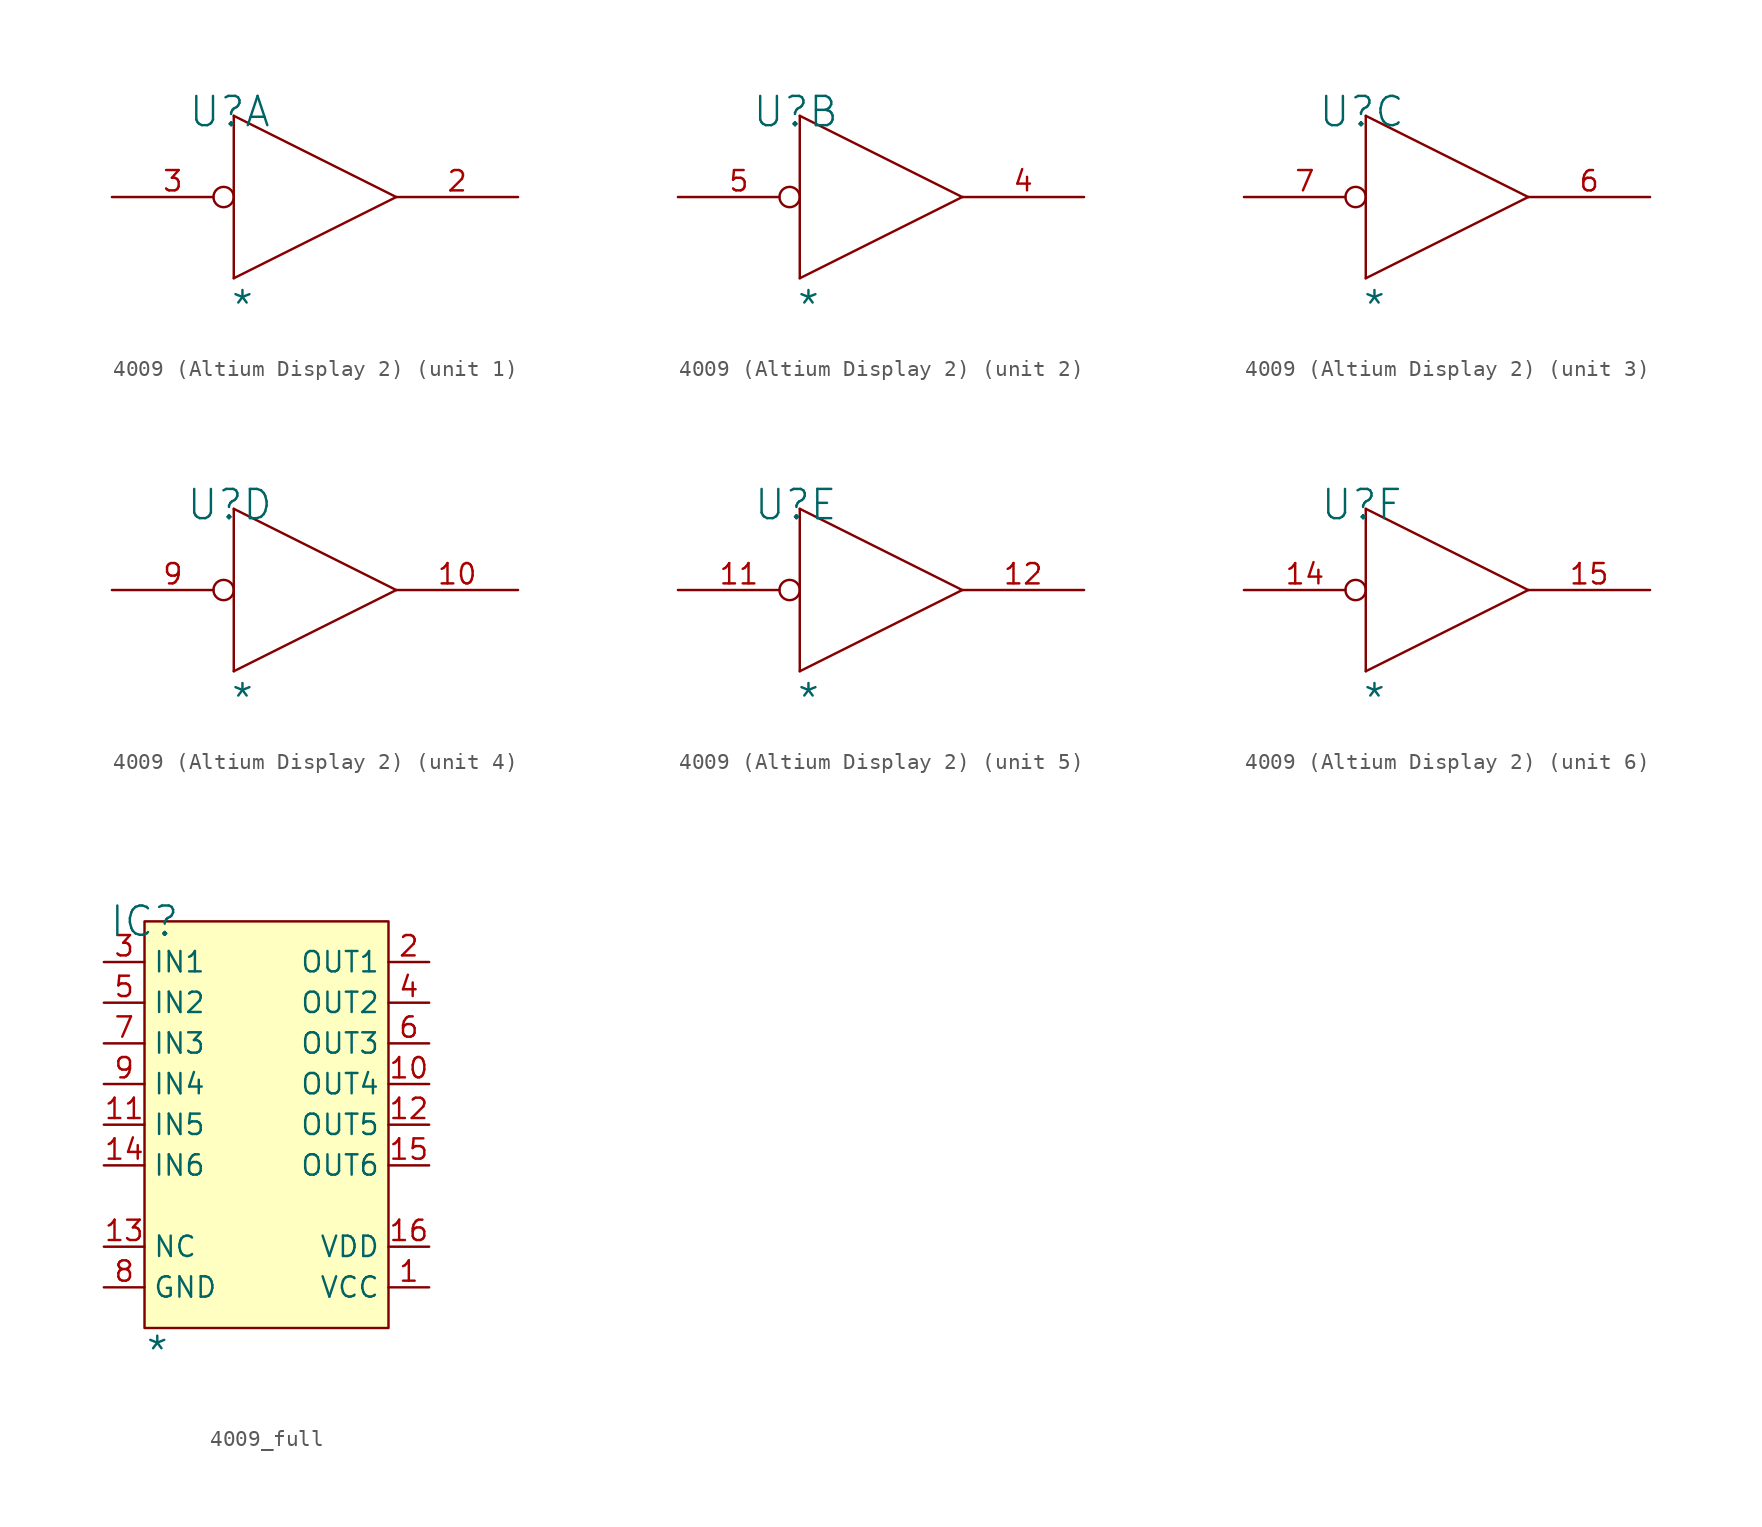
<source format=kicad_sym>
(kicad_symbol_lib
  (version 20241209)
  (generator "kicad_symbol_editor")
  (generator_version "9.0")
  (symbol "4009 (Altium Display 2)"
    (pin_names
      (hide yes))
    (property "Reference" "U"
      (at -0.254 0.254 0)
      (effects (font (size 1.829 1.829))))
    (property "Value" "*"
      (at -0.254 -12.954 0)
      (effects (font (size 1.829 1.829)) (justify left bottom)))
    (symbol "4009 (Altium Display 2)_1_0"
      (polyline (pts (xy 0 0) (xy 10.16 -5.08)) (stroke (width 0) (type solid)) (fill (type none)))
      (polyline (pts (xy 0 -10.16) (xy 0 0)) (stroke (width 0) (type solid)) (fill (type none)))
      (polyline (pts (xy 10.16 -5.08) (xy 0 -10.16)) (stroke (width 0) (type solid)) (fill (type none)))
      (pin input inverted (at -7.62 -5.08 0) (length 7.62) (name "I" (effects (font (size 1.27 1.27)))) (number "3" (effects (font (size 1.27 1.27)))))
      (pin power_in line (at 2.54 0 270) (length 0) (hide yes) (name "VDD" (effects (font (size 1.27 1.27)))) (number "1" (effects (font (size 1.27 1.27)))))
      (pin power_in line (at 2.54 -10.16 270) (length 0) (hide yes) (name "VSS" (effects (font (size 1.27 1.27)))) (number "8" (effects (font (size 1.27 1.27)))))
      (pin power_in line (at 5.08 0 270) (length 0) (hide yes) (name "VDD" (effects (font (size 1.27 1.27)))) (number "16" (effects (font (size 1.27 1.27)))))
      (pin output line (at 17.78 -5.08 180) (length 7.62) (name "O" (effects (font (size 1.27 1.27)))) (number "2" (effects (font (size 1.27 1.27))))))
    (symbol "4009 (Altium Display 2)_2_0"
      (polyline (pts (xy 0 0) (xy 10.16 -5.08)) (stroke (width 0) (type solid)) (fill (type none)))
      (polyline (pts (xy 0 -10.16) (xy 0 0)) (stroke (width 0) (type solid)) (fill (type none)))
      (polyline (pts (xy 10.16 -5.08) (xy 0 -10.16)) (stroke (width 0) (type solid)) (fill (type none)))
      (pin input inverted (at -7.62 -5.08 0) (length 7.62) (name "I" (effects (font (size 1.27 1.27)))) (number "5" (effects (font (size 1.27 1.27)))))
      (pin power_in line (at 2.54 0 270) (length 0) (hide yes) (name "VDD" (effects (font (size 1.27 1.27)))) (number "1" (effects (font (size 1.27 1.27)))))
      (pin power_in line (at 2.54 -10.16 270) (length 0) (hide yes) (name "VSS" (effects (font (size 1.27 1.27)))) (number "8" (effects (font (size 1.27 1.27)))))
      (pin power_in line (at 5.08 0 270) (length 0) (hide yes) (name "VDD" (effects (font (size 1.27 1.27)))) (number "16" (effects (font (size 1.27 1.27)))))
      (pin output line (at 17.78 -5.08 180) (length 7.62) (name "O" (effects (font (size 1.27 1.27)))) (number "4" (effects (font (size 1.27 1.27))))))
    (symbol "4009 (Altium Display 2)_3_0"
      (polyline (pts (xy 0 0) (xy 10.16 -5.08)) (stroke (width 0) (type solid)) (fill (type none)))
      (polyline (pts (xy 0 -10.16) (xy 0 0)) (stroke (width 0) (type solid)) (fill (type none)))
      (polyline (pts (xy 10.16 -5.08) (xy 0 -10.16)) (stroke (width 0) (type solid)) (fill (type none)))
      (pin input inverted (at -7.62 -5.08 0) (length 7.62) (name "I" (effects (font (size 1.27 1.27)))) (number "7" (effects (font (size 1.27 1.27)))))
      (pin power_in line (at 2.54 0 270) (length 0) (hide yes) (name "VDD" (effects (font (size 1.27 1.27)))) (number "1" (effects (font (size 1.27 1.27)))))
      (pin power_in line (at 2.54 -10.16 270) (length 0) (hide yes) (name "VSS" (effects (font (size 1.27 1.27)))) (number "8" (effects (font (size 1.27 1.27)))))
      (pin power_in line (at 5.08 0 270) (length 0) (hide yes) (name "VDD" (effects (font (size 1.27 1.27)))) (number "16" (effects (font (size 1.27 1.27)))))
      (pin output line (at 17.78 -5.08 180) (length 7.62) (name "O" (effects (font (size 1.27 1.27)))) (number "6" (effects (font (size 1.27 1.27))))))
    (symbol "4009 (Altium Display 2)_4_0"
      (polyline (pts (xy 0 0) (xy 10.16 -5.08)) (stroke (width 0) (type solid)) (fill (type none)))
      (polyline (pts (xy 0 -10.16) (xy 0 0)) (stroke (width 0) (type solid)) (fill (type none)))
      (polyline (pts (xy 10.16 -5.08) (xy 0 -10.16)) (stroke (width 0) (type solid)) (fill (type none)))
      (pin input inverted (at -7.62 -5.08 0) (length 7.62) (name "I" (effects (font (size 1.27 1.27)))) (number "9" (effects (font (size 1.27 1.27)))))
      (pin power_in line (at 2.54 0 270) (length 0) (hide yes) (name "VDD" (effects (font (size 1.27 1.27)))) (number "1" (effects (font (size 1.27 1.27)))))
      (pin power_in line (at 2.54 -10.16 270) (length 0) (hide yes) (name "VSS" (effects (font (size 1.27 1.27)))) (number "8" (effects (font (size 1.27 1.27)))))
      (pin power_in line (at 5.08 0 270) (length 0) (hide yes) (name "VDD" (effects (font (size 1.27 1.27)))) (number "16" (effects (font (size 1.27 1.27)))))
      (pin output line (at 17.78 -5.08 180) (length 7.62) (name "O" (effects (font (size 1.27 1.27)))) (number "10" (effects (font (size 1.27 1.27))))))
    (symbol "4009 (Altium Display 2)_5_0"
      (polyline (pts (xy 0 0) (xy 10.16 -5.08)) (stroke (width 0) (type solid)) (fill (type none)))
      (polyline (pts (xy 0 -10.16) (xy 0 0)) (stroke (width 0) (type solid)) (fill (type none)))
      (polyline (pts (xy 10.16 -5.08) (xy 0 -10.16)) (stroke (width 0) (type solid)) (fill (type none)))
      (pin input inverted (at -7.62 -5.08 0) (length 7.62) (name "I" (effects (font (size 1.27 1.27)))) (number "11" (effects (font (size 1.27 1.27)))))
      (pin power_in line (at 2.54 0 270) (length 0) (hide yes) (name "VDD" (effects (font (size 1.27 1.27)))) (number "1" (effects (font (size 1.27 1.27)))))
      (pin power_in line (at 2.54 -10.16 270) (length 0) (hide yes) (name "VSS" (effects (font (size 1.27 1.27)))) (number "8" (effects (font (size 1.27 1.27)))))
      (pin power_in line (at 5.08 0 270) (length 0) (hide yes) (name "VDD" (effects (font (size 1.27 1.27)))) (number "16" (effects (font (size 1.27 1.27)))))
      (pin output line (at 17.78 -5.08 180) (length 7.62) (name "O" (effects (font (size 1.27 1.27)))) (number "12" (effects (font (size 1.27 1.27))))))
    (symbol "4009 (Altium Display 2)_6_0"
      (polyline (pts (xy 0 0) (xy 10.16 -5.08)) (stroke (width 0) (type solid)) (fill (type none)))
      (polyline (pts (xy 0 -10.16) (xy 0 0)) (stroke (width 0) (type solid)) (fill (type none)))
      (polyline (pts (xy 10.16 -5.08) (xy 0 -10.16)) (stroke (width 0) (type solid)) (fill (type none)))
      (pin input inverted (at -7.62 -5.08 0) (length 7.62) (name "I" (effects (font (size 1.27 1.27)))) (number "14" (effects (font (size 1.27 1.27)))))
      (pin power_in line (at 2.54 0 270) (length 0) (hide yes) (name "VDD" (effects (font (size 1.27 1.27)))) (number "1" (effects (font (size 1.27 1.27)))))
      (pin power_in line (at 2.54 -10.16 270) (length 0) (hide yes) (name "VSS" (effects (font (size 1.27 1.27)))) (number "8" (effects (font (size 1.27 1.27)))))
      (pin power_in line (at 5.08 0 270) (length 0) (hide yes) (name "VDD" (effects (font (size 1.27 1.27)))) (number "16" (effects (font (size 1.27 1.27)))))
      (pin output line (at 17.78 -5.08 180) (length 7.62) (name "O" (effects (font (size 1.27 1.27)))) (number "15" (effects (font (size 1.27 1.27)))))))
  (symbol "4009_full"
    (property "Reference" "IC"
      (at 0 0 0)
      (effects (font (size 1.829 1.829))))
    (property "Value" "*"
      (at 0 -27.94 0)
      (effects (font (size 1.829 1.829)) (justify left bottom)))
    (symbol "4009_full_1_0"
      (rectangle (start 15.24 0) (end 0 -25.4) (stroke (width 0) (type solid) (color 128 0 0 1)) (fill (type background)))
      (pin passive line (at -2.54 -2.54 0) (length 2.54) (name "IN1" (effects (font (size 1.27 1.27)))) (number "3" (effects (font (size 1.27 1.27)))))
      (pin passive line (at -2.54 -5.08 0) (length 2.54) (name "IN2" (effects (font (size 1.27 1.27)))) (number "5" (effects (font (size 1.27 1.27)))))
      (pin passive line (at -2.54 -7.62 0) (length 2.54) (name "IN3" (effects (font (size 1.27 1.27)))) (number "7" (effects (font (size 1.27 1.27)))))
      (pin passive line (at -2.54 -10.16 0) (length 2.54) (name "IN4" (effects (font (size 1.27 1.27)))) (number "9" (effects (font (size 1.27 1.27)))))
      (pin passive line (at -2.54 -12.7 0) (length 2.54) (name "IN5" (effects (font (size 1.27 1.27)))) (number "11" (effects (font (size 1.27 1.27)))))
      (pin passive line (at -2.54 -15.24 0) (length 2.54) (name "IN6" (effects (font (size 1.27 1.27)))) (number "14" (effects (font (size 1.27 1.27)))))
      (pin passive line (at -2.54 -20.32 0) (length 2.54) (name "NC" (effects (font (size 1.27 1.27)))) (number "13" (effects (font (size 1.27 1.27)))))
      (pin passive line (at -2.54 -22.86 0) (length 2.54) (name "GND" (effects (font (size 1.27 1.27)))) (number "8" (effects (font (size 1.27 1.27)))))
      (pin passive line (at 17.78 -2.54 180) (length 2.54) (name "OUT1" (effects (font (size 1.27 1.27)))) (number "2" (effects (font (size 1.27 1.27)))))
      (pin passive line (at 17.78 -5.08 180) (length 2.54) (name "OUT2" (effects (font (size 1.27 1.27)))) (number "4" (effects (font (size 1.27 1.27)))))
      (pin passive line (at 17.78 -7.62 180) (length 2.54) (name "OUT3" (effects (font (size 1.27 1.27)))) (number "6" (effects (font (size 1.27 1.27)))))
      (pin passive line (at 17.78 -10.16 180) (length 2.54) (name "OUT4" (effects (font (size 1.27 1.27)))) (number "10" (effects (font (size 1.27 1.27)))))
      (pin passive line (at 17.78 -12.7 180) (length 2.54) (name "OUT5" (effects (font (size 1.27 1.27)))) (number "12" (effects (font (size 1.27 1.27)))))
      (pin passive line (at 17.78 -15.24 180) (length 2.54) (name "OUT6" (effects (font (size 1.27 1.27)))) (number "15" (effects (font (size 1.27 1.27)))))
      (pin passive line (at 17.78 -20.32 180) (length 2.54) (name "VDD" (effects (font (size 1.27 1.27)))) (number "16" (effects (font (size 1.27 1.27)))))
      (pin passive line (at 17.78 -22.86 180) (length 2.54) (name "VCC" (effects (font (size 1.27 1.27)))) (number "1" (effects (font (size 1.27 1.27))))))))
</source>
